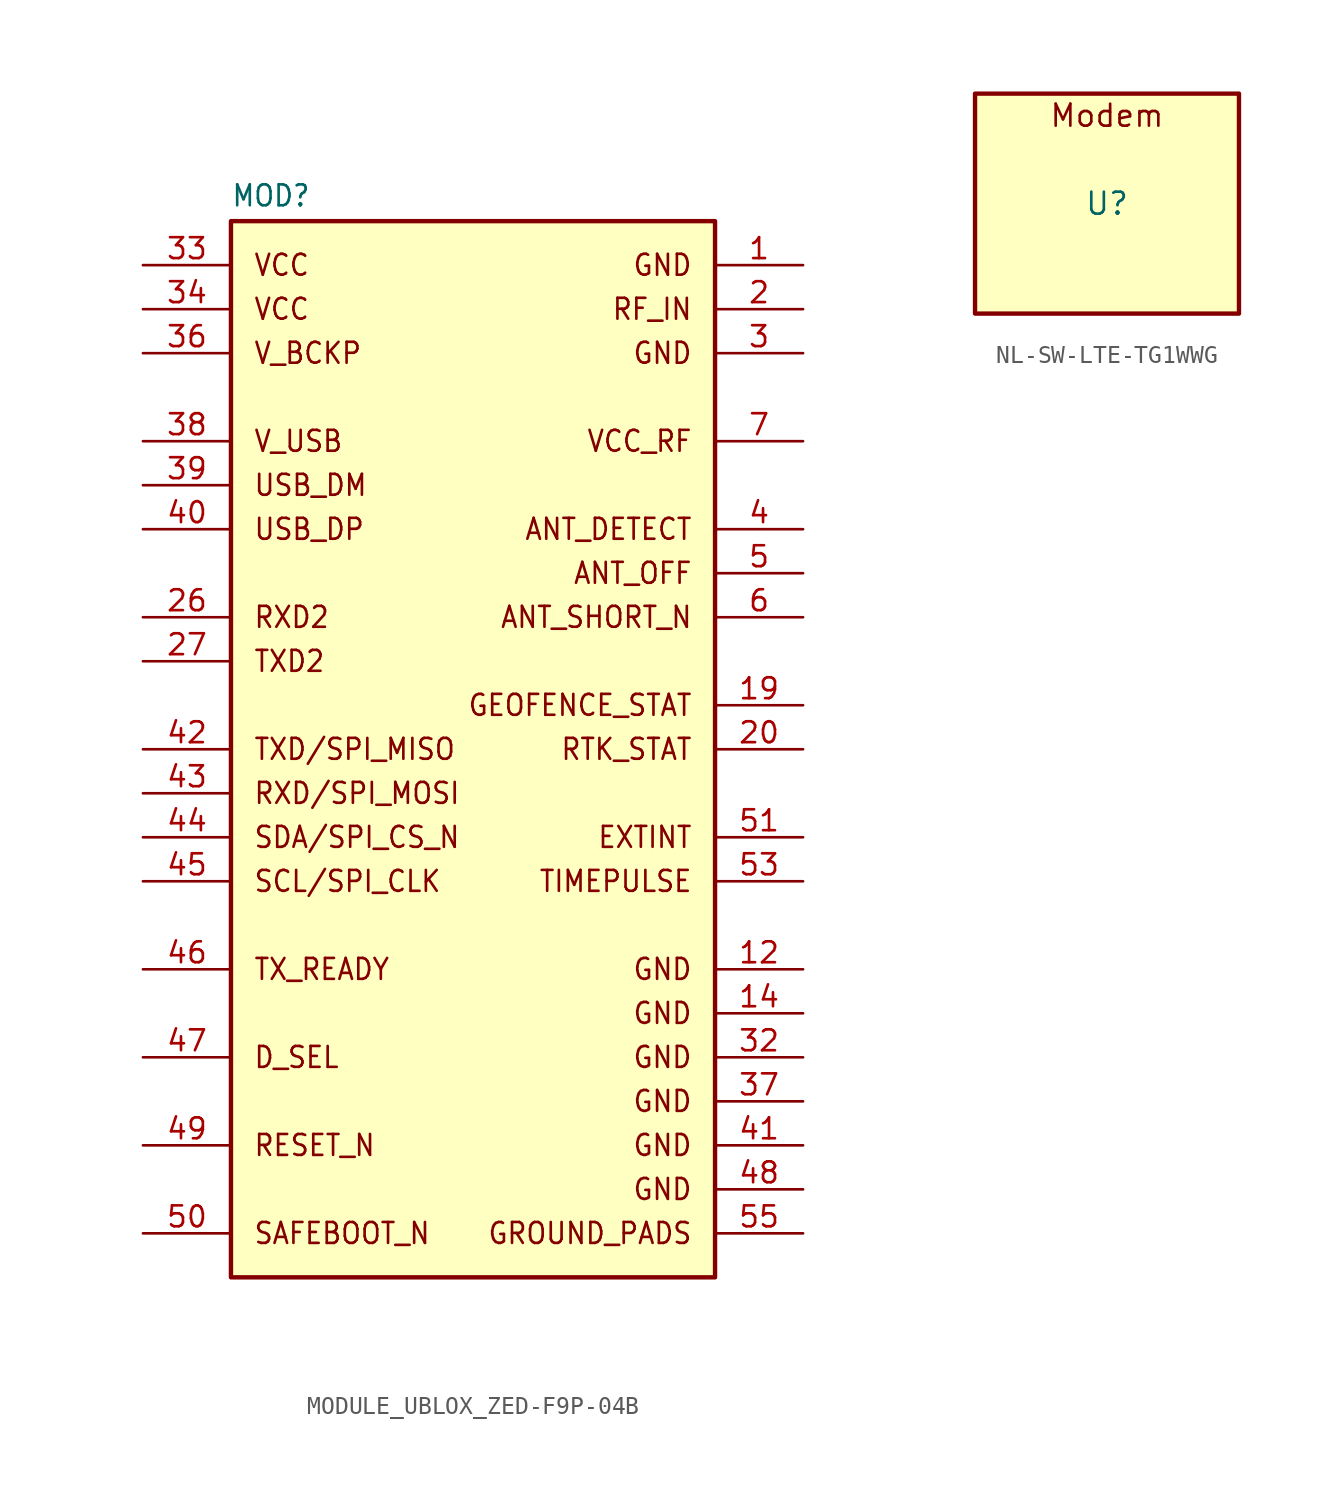
<source format=kicad_sym>
(kicad_symbol_lib
  (version 20231120)
  (generator "kicad_symbol_editor")
  (generator_version "8.0")
  (symbol "MODULE_UBLOX_ZED-F9P-04B"
    (property "Reference" "MOD"
      (at 5.08 59.182 0)
      (effects (font (size 1.206 1.092) (thickness 0.152)) (justify left bottom)))
    (symbol "MODULE_UBLOX_ZED-F9P-04B_1_0"
      (polyline (pts (xy 5.08 -2.54) (xy 33.02 -2.54) (xy 33.02 58.42) (xy 5.08 58.42) (xy 5.08 -2.54)) (stroke (width 0.254) (type solid)) (fill (type background)))
      (text "ANT_DETECT" (at 31.75 40.64 0) (effects (font (size 1.206 1.092) (thickness 0.152)) (justify right)))
      (text "ANT_OFF" (at 31.75 38.1 0) (effects (font (size 1.206 1.092) (thickness 0.152)) (justify right)))
      (text "ANT_SHORT_N" (at 31.75 35.56 0) (effects (font (size 1.206 1.092) (thickness 0.152)) (justify right)))
      (text "D_SEL" (at 6.35 10.16 0) (effects (font (size 1.206 1.092) (thickness 0.152)) (justify left)))
      (text "EXTINT" (at 31.75 22.86 0) (effects (font (size 1.206 1.092) (thickness 0.152)) (justify right)))
      (text "GEOFENCE_STAT" (at 31.75 30.48 0) (effects (font (size 1.206 1.092) (thickness 0.152)) (justify right)))
      (text "GND" (at 31.75 2.54 0) (effects (font (size 1.206 1.092) (thickness 0.152)) (justify right)))
      (text "GND" (at 31.75 5.08 0) (effects (font (size 1.206 1.092) (thickness 0.152)) (justify right)))
      (text "GND" (at 31.75 7.62 0) (effects (font (size 1.206 1.092) (thickness 0.152)) (justify right)))
      (text "GND" (at 31.75 10.16 0) (effects (font (size 1.206 1.092) (thickness 0.152)) (justify right)))
      (text "GND" (at 31.75 12.7 0) (effects (font (size 1.206 1.092) (thickness 0.152)) (justify right)))
      (text "GND" (at 31.75 15.24 0) (effects (font (size 1.206 1.092) (thickness 0.152)) (justify right)))
      (text "GND" (at 31.75 50.8 0) (effects (font (size 1.206 1.092) (thickness 0.152)) (justify right)))
      (text "GND" (at 31.75 55.88 0) (effects (font (size 1.206 1.092) (thickness 0.152)) (justify right)))
      (text "GROUND_PADS" (at 31.75 0 0) (effects (font (size 1.206 1.092) (thickness 0.152)) (justify right)))
      (text "RESET_N" (at 6.35 5.08 0) (effects (font (size 1.206 1.092) (thickness 0.152)) (justify left)))
      (text "RF_IN" (at 31.75 53.34 0) (effects (font (size 1.206 1.092) (thickness 0.152)) (justify right)))
      (text "RTK_STAT" (at 31.75 27.94 0) (effects (font (size 1.206 1.092) (thickness 0.152)) (justify right)))
      (text "RXD/SPI_MOSI" (at 6.35 25.4 0) (effects (font (size 1.206 1.092) (thickness 0.152)) (justify left)))
      (text "RXD2" (at 6.35 35.56 0) (effects (font (size 1.206 1.092) (thickness 0.152)) (justify left)))
      (text "SAFEBOOT_N" (at 6.35 0 0) (effects (font (size 1.206 1.092) (thickness 0.152)) (justify left)))
      (text "SCL/SPI_CLK" (at 6.35 20.32 0) (effects (font (size 1.206 1.092) (thickness 0.152)) (justify left)))
      (text "SDA/SPI_CS_N" (at 6.35 22.86 0) (effects (font (size 1.206 1.092) (thickness 0.152)) (justify left)))
      (text "TIMEPULSE" (at 31.75 20.32 0) (effects (font (size 1.206 1.092) (thickness 0.152)) (justify right)))
      (text "TX_READY" (at 6.35 15.24 0) (effects (font (size 1.206 1.092) (thickness 0.152)) (justify left)))
      (text "TXD/SPI_MISO" (at 6.35 27.94 0) (effects (font (size 1.206 1.092) (thickness 0.152)) (justify left)))
      (text "TXD2" (at 6.35 33.02 0) (effects (font (size 1.206 1.092) (thickness 0.152)) (justify left)))
      (text "USB_DM" (at 6.35 43.18 0) (effects (font (size 1.206 1.092) (thickness 0.152)) (justify left)))
      (text "USB_DP" (at 6.35 40.64 0) (effects (font (size 1.206 1.092) (thickness 0.152)) (justify left)))
      (text "V_BCKP" (at 6.35 50.8 0) (effects (font (size 1.206 1.092) (thickness 0.152)) (justify left)))
      (text "V_USB" (at 6.35 45.72 0) (effects (font (size 1.206 1.092) (thickness 0.152)) (justify left)))
      (text "VCC" (at 6.35 53.34 0) (effects (font (size 1.206 1.092) (thickness 0.152)) (justify left)))
      (text "VCC" (at 6.35 55.88 0) (effects (font (size 1.206 1.092) (thickness 0.152)) (justify left)))
      (text "VCC_RF" (at 31.75 45.72 0) (effects (font (size 1.206 1.092) (thickness 0.152)) (justify right)))
      (pin passive line (at 38.1 55.88 180) (length 5.08) (name "" (effects (font (size 1.206 1.206)))) (number "1" (effects (font (size 1.206 1.206)))))
      (pin passive line (at 38.1 15.24 180) (length 5.08) (name "" (effects (font (size 1.206 1.206)))) (number "12" (effects (font (size 1.206 1.206)))))
      (pin passive line (at 38.1 12.7 180) (length 5.08) (name "" (effects (font (size 1.206 1.206)))) (number "14" (effects (font (size 1.206 1.206)))))
      (pin passive line (at 38.1 30.48 180) (length 5.08) (name "" (effects (font (size 1.206 1.206)))) (number "19" (effects (font (size 1.206 1.206)))))
      (pin passive line (at 38.1 53.34 180) (length 5.08) (name "" (effects (font (size 1.206 1.206)))) (number "2" (effects (font (size 1.206 1.206)))))
      (pin passive line (at 38.1 27.94 180) (length 5.08) (name "" (effects (font (size 1.206 1.206)))) (number "20" (effects (font (size 1.206 1.206)))))
      (pin passive line (at 0 35.56 0) (length 5.08) (name "" (effects (font (size 1.206 1.206)))) (number "26" (effects (font (size 1.206 1.206)))))
      (pin passive line (at 0 33.02 0) (length 5.08) (name "" (effects (font (size 1.206 1.206)))) (number "27" (effects (font (size 1.206 1.206)))))
      (pin passive line (at 38.1 50.8 180) (length 5.08) (name "" (effects (font (size 1.206 1.206)))) (number "3" (effects (font (size 1.206 1.206)))))
      (pin passive line (at 38.1 10.16 180) (length 5.08) (name "" (effects (font (size 1.206 1.206)))) (number "32" (effects (font (size 1.206 1.206)))))
      (pin passive line (at 0 55.88 0) (length 5.08) (name "" (effects (font (size 1.206 1.206)))) (number "33" (effects (font (size 1.206 1.206)))))
      (pin passive line (at 0 53.34 0) (length 5.08) (name "" (effects (font (size 1.206 1.206)))) (number "34" (effects (font (size 1.206 1.206)))))
      (pin passive line (at 0 50.8 0) (length 5.08) (name "" (effects (font (size 1.206 1.206)))) (number "36" (effects (font (size 1.206 1.206)))))
      (pin passive line (at 38.1 7.62 180) (length 5.08) (name "" (effects (font (size 1.206 1.206)))) (number "37" (effects (font (size 1.206 1.206)))))
      (pin passive line (at 0 45.72 0) (length 5.08) (name "" (effects (font (size 1.206 1.206)))) (number "38" (effects (font (size 1.206 1.206)))))
      (pin passive line (at 0 43.18 0) (length 5.08) (name "" (effects (font (size 1.206 1.206)))) (number "39" (effects (font (size 1.206 1.206)))))
      (pin passive line (at 38.1 40.64 180) (length 5.08) (name "" (effects (font (size 1.206 1.206)))) (number "4" (effects (font (size 1.206 1.206)))))
      (pin passive line (at 0 40.64 0) (length 5.08) (name "" (effects (font (size 1.206 1.206)))) (number "40" (effects (font (size 1.206 1.206)))))
      (pin passive line (at 38.1 5.08 180) (length 5.08) (name "" (effects (font (size 1.206 1.206)))) (number "41" (effects (font (size 1.206 1.206)))))
      (pin passive line (at 0 27.94 0) (length 5.08) (name "" (effects (font (size 1.206 1.206)))) (number "42" (effects (font (size 1.206 1.206)))))
      (pin passive line (at 0 25.4 0) (length 5.08) (name "" (effects (font (size 1.206 1.206)))) (number "43" (effects (font (size 1.206 1.206)))))
      (pin passive line (at 0 22.86 0) (length 5.08) (name "" (effects (font (size 1.206 1.206)))) (number "44" (effects (font (size 1.206 1.206)))))
      (pin passive line (at 0 20.32 0) (length 5.08) (name "" (effects (font (size 1.206 1.206)))) (number "45" (effects (font (size 1.206 1.206)))))
      (pin passive line (at 0 15.24 0) (length 5.08) (name "" (effects (font (size 1.206 1.206)))) (number "46" (effects (font (size 1.206 1.206)))))
      (pin passive line (at 0 10.16 0) (length 5.08) (name "" (effects (font (size 1.206 1.206)))) (number "47" (effects (font (size 1.206 1.206)))))
      (pin passive line (at 38.1 2.54 180) (length 5.08) (name "" (effects (font (size 1.206 1.206)))) (number "48" (effects (font (size 1.206 1.206)))))
      (pin passive line (at 0 5.08 0) (length 5.08) (name "" (effects (font (size 1.206 1.206)))) (number "49" (effects (font (size 1.206 1.206)))))
      (pin passive line (at 38.1 38.1 180) (length 5.08) (name "" (effects (font (size 1.206 1.206)))) (number "5" (effects (font (size 1.206 1.206)))))
      (pin passive line (at 0 0 0) (length 5.08) (name "" (effects (font (size 1.206 1.206)))) (number "50" (effects (font (size 1.206 1.206)))))
      (pin passive line (at 38.1 22.86 180) (length 5.08) (name "" (effects (font (size 1.206 1.206)))) (number "51" (effects (font (size 1.206 1.206)))))
      (pin passive line (at 38.1 20.32 180) (length 5.08) (name "" (effects (font (size 1.206 1.206)))) (number "53" (effects (font (size 1.206 1.206)))))
      (pin passive line (at 38.1 0 180) (length 5.08) (name "" (effects (font (size 1.206 1.206)))) (number "55" (effects (font (size 1.206 1.206)))))
      (pin passive line (at 38.1 35.56 180) (length 5.08) (name "" (effects (font (size 1.206 1.206)))) (number "6" (effects (font (size 1.206 1.206)))))
      (pin passive line (at 38.1 45.72 180) (length 5.08) (name "" (effects (font (size 1.206 1.206)))) (number "7" (effects (font (size 1.206 1.206)))))))
  (symbol "NL-SW-LTE-TG1WWG"
    (property "Reference" "U"
      (at 0 0 0)
      (effects (font (size 1.27 1.27))))
    (property "Value" ""
      (at 0 0 0)
      (effects (font (size 1.27 1.27))))
    (symbol "NL-SW-LTE-TG1WWG_1_1"
      (rectangle (start -7.62 6.35) (end 7.62 -6.35) (stroke (width 0.254) (type default)) (fill (type background)))
      (text "Modem" (at 0 5.08 0) (effects (font (size 1.27 1.27)))))))
</source>
